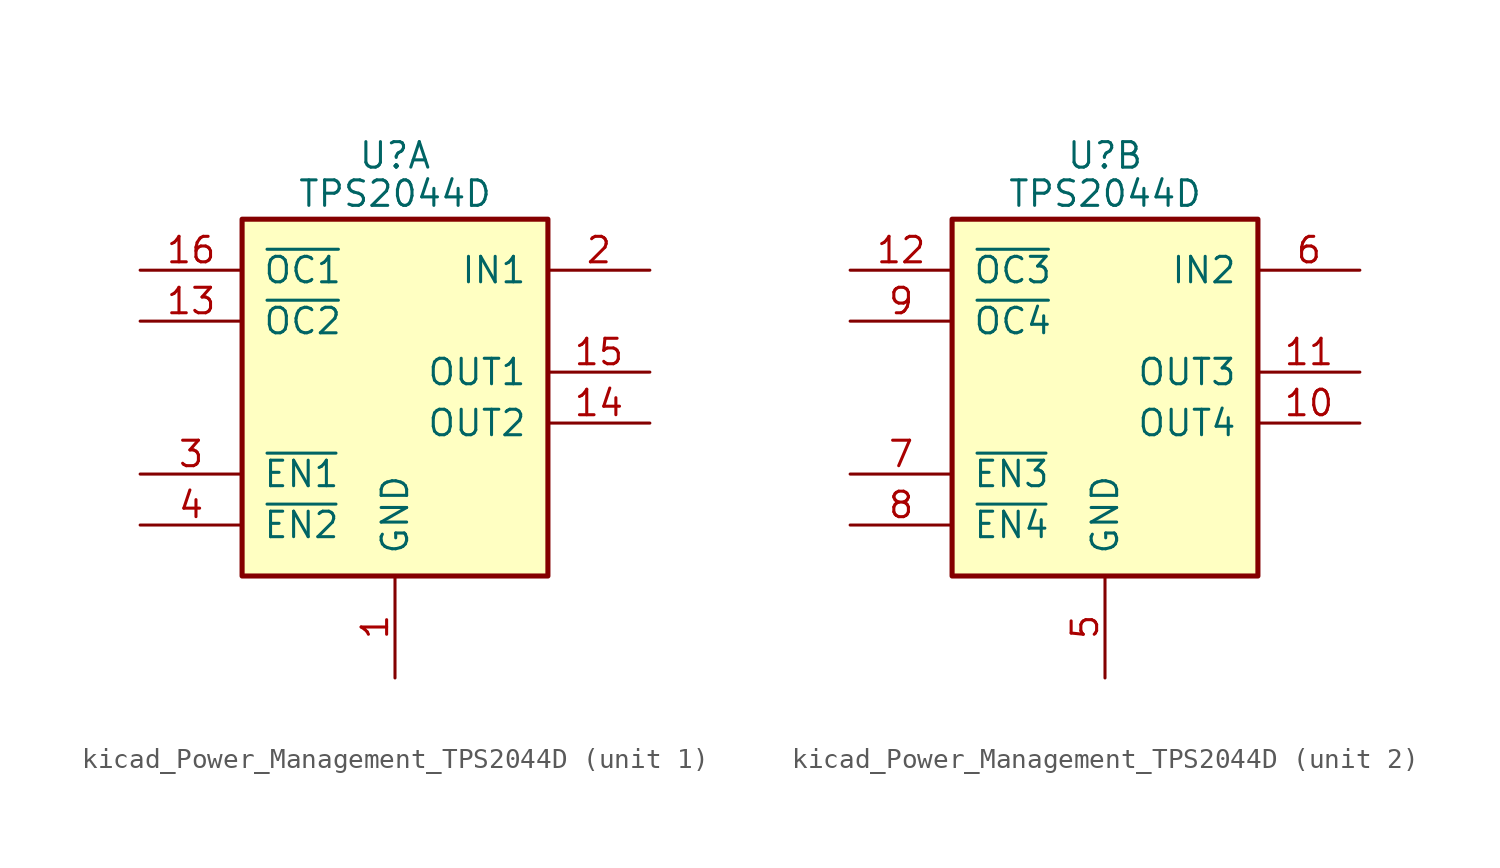
<source format=kicad_sym>
(kicad_symbol_lib
  (version 20220914)
  (generator kicad_symbol_editor)
  (symbol "kicad_Power_Management_TPS2044D"
    (pin_names
      (offset 1.016))
    (property "Reference" "U"
      (at 0 10.795 0)
      (effects (font (size 1.27 1.27))))
    (property "Value" "TPS2044D"
      (at 0 8.89 0)
      (effects (font (size 1.27 1.27))))
    (property "ki_locked" ""
      (at 0 0 0)
      (effects (font (size 1.27 1.27))))
    (symbol "kicad_Power_Management_TPS2044D_0_1"
      (rectangle (start -7.62 7.62) (end 7.62 -10.16) (stroke (width 0.254) (type default)) (fill (type background))))
    (symbol "kicad_Power_Management_TPS2044D_1_1"
      (pin power_in line (at 0 -15.24 90) (length 5.08) (name "GND" (effects (font (size 1.27 1.27)))) (number "1" (effects (font (size 1.27 1.27)))))
      (pin open_collector line (at -12.7 2.54 0) (length 5.08) (name "~{OC2}" (effects (font (size 1.27 1.27)))) (number "13" (effects (font (size 1.27 1.27)))))
      (pin power_out line (at 12.7 -2.54 180) (length 5.08) (name "OUT2" (effects (font (size 1.27 1.27)))) (number "14" (effects (font (size 1.27 1.27)))))
      (pin power_out line (at 12.7 0 180) (length 5.08) (name "OUT1" (effects (font (size 1.27 1.27)))) (number "15" (effects (font (size 1.27 1.27)))))
      (pin open_collector line (at -12.7 5.08 0) (length 5.08) (name "~{OC1}" (effects (font (size 1.27 1.27)))) (number "16" (effects (font (size 1.27 1.27)))))
      (pin power_in line (at 12.7 5.08 180) (length 5.08) (name "IN1" (effects (font (size 1.27 1.27)))) (number "2" (effects (font (size 1.27 1.27)))))
      (pin input line (at -12.7 -5.08 0) (length 5.08) (name "~{EN1}" (effects (font (size 1.27 1.27)))) (number "3" (effects (font (size 1.27 1.27)))))
      (pin input line (at -12.7 -7.62 0) (length 5.08) (name "~{EN2}" (effects (font (size 1.27 1.27)))) (number "4" (effects (font (size 1.27 1.27))))))
    (symbol "kicad_Power_Management_TPS2044D_2_1"
      (pin power_out line (at 12.7 -2.54 180) (length 5.08) (name "OUT4" (effects (font (size 1.27 1.27)))) (number "10" (effects (font (size 1.27 1.27)))))
      (pin power_out line (at 12.7 0 180) (length 5.08) (name "OUT3" (effects (font (size 1.27 1.27)))) (number "11" (effects (font (size 1.27 1.27)))))
      (pin open_collector line (at -12.7 5.08 0) (length 5.08) (name "~{OC3}" (effects (font (size 1.27 1.27)))) (number "12" (effects (font (size 1.27 1.27)))))
      (pin power_in line (at 0 -15.24 90) (length 5.08) (name "GND" (effects (font (size 1.27 1.27)))) (number "5" (effects (font (size 1.27 1.27)))))
      (pin power_in line (at 12.7 5.08 180) (length 5.08) (name "IN2" (effects (font (size 1.27 1.27)))) (number "6" (effects (font (size 1.27 1.27)))))
      (pin input line (at -12.7 -5.08 0) (length 5.08) (name "~{EN3}" (effects (font (size 1.27 1.27)))) (number "7" (effects (font (size 1.27 1.27)))))
      (pin input line (at -12.7 -7.62 0) (length 5.08) (name "~{EN4}" (effects (font (size 1.27 1.27)))) (number "8" (effects (font (size 1.27 1.27)))))
      (pin open_collector line (at -12.7 2.54 0) (length 5.08) (name "~{OC4}" (effects (font (size 1.27 1.27)))) (number "9" (effects (font (size 1.27 1.27))))))))
</source>
